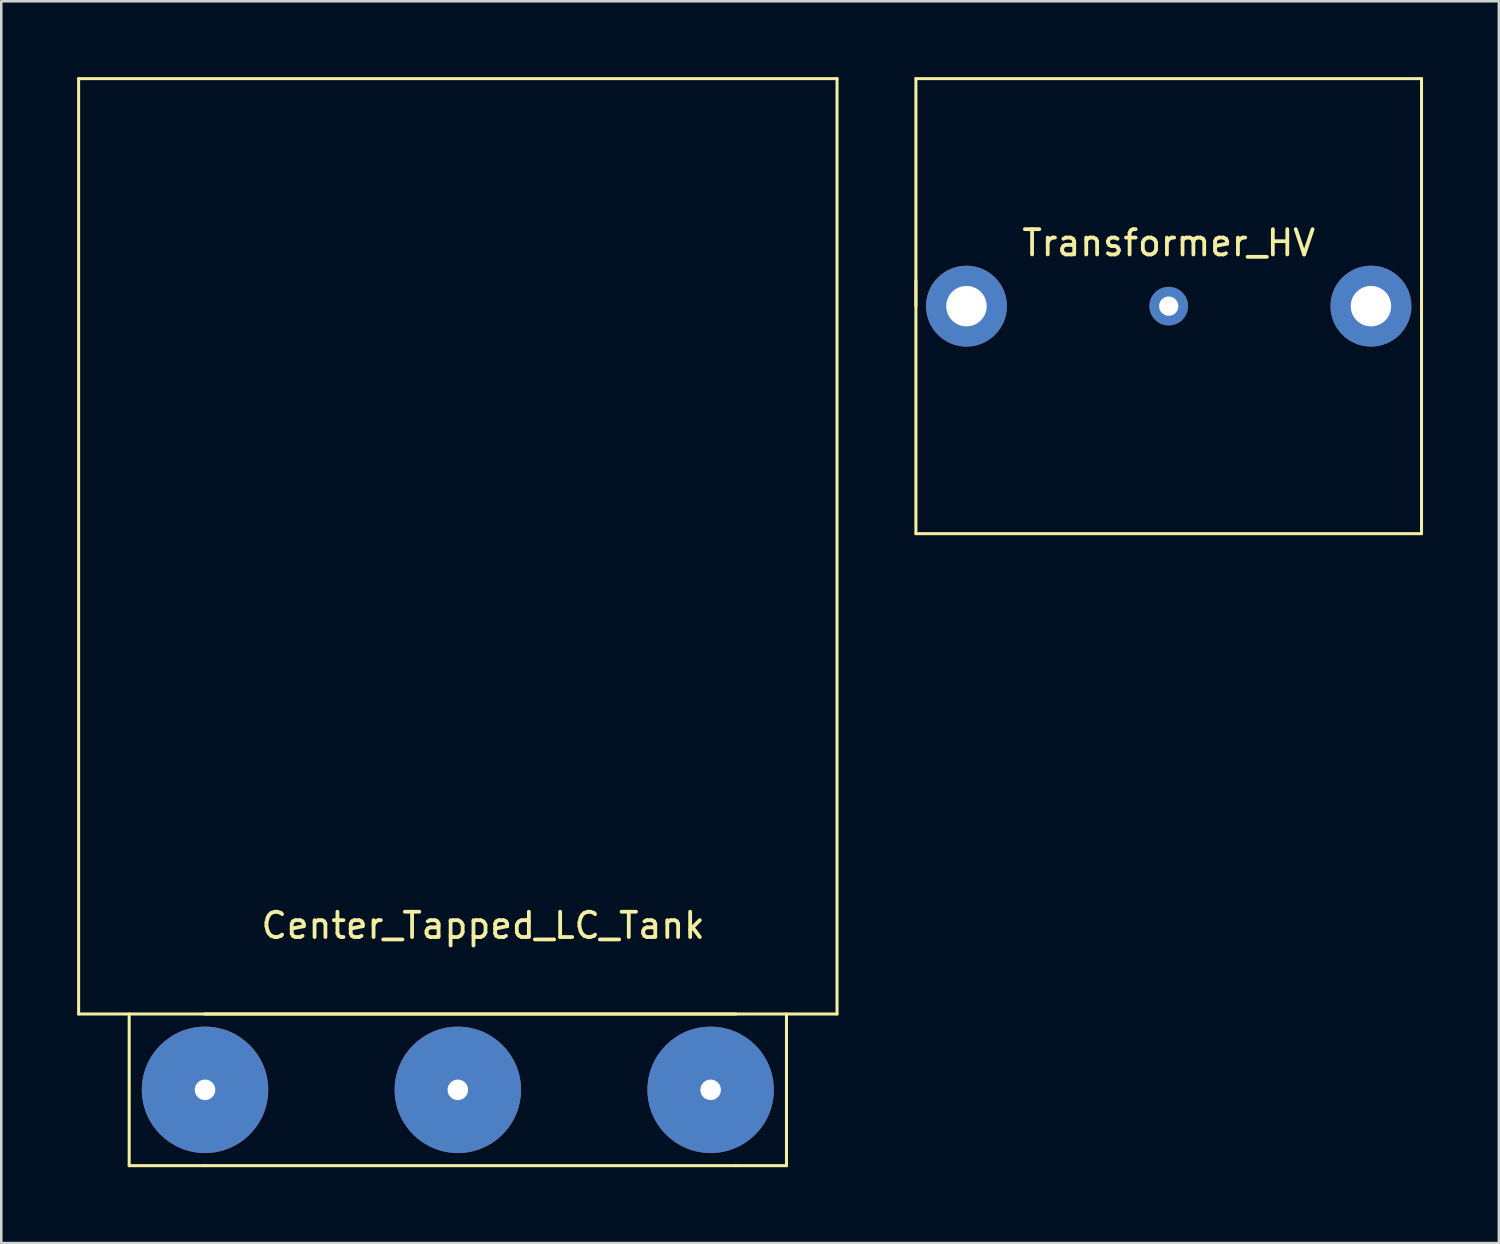
<source format=kicad_pcb>
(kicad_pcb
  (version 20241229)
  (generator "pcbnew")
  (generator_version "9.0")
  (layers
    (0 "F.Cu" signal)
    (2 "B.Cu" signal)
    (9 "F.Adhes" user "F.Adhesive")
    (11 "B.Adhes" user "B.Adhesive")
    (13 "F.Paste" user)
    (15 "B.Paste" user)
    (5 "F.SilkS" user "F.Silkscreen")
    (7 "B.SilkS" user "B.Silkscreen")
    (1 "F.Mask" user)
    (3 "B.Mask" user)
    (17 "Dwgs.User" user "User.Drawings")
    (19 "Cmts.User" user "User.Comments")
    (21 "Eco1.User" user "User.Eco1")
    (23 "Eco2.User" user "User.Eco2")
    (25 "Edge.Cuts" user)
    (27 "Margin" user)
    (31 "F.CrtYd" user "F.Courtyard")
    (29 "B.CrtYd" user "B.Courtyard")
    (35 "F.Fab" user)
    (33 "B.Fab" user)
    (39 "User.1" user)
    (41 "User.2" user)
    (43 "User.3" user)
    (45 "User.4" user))
  (footprint "Transformer_HV"
    (layer "F.Cu")
    (at 43.18 9.06)
    (property "Reference" "Transformer_HV" (at 0 -2.5 0) (layer "F.SilkS") (effects (font (size 1 1) (thickness 0.15))))
    (attr through_hole)
    (fp_line (start -10 -9) (end 10 -9) (stroke (width 0.12) (type solid)) (layer "F.SilkS"))
    (fp_line (start -10 0) (end -10 -9) (stroke (width 0.12) (type solid)) (layer "F.SilkS"))
    (fp_line (start -10 9) (end -10 -1) (stroke (width 0.12) (type solid)) (layer "F.SilkS"))
    (fp_line (start 10 -9) (end 10 9) (stroke (width 0.12) (type solid)) (layer "F.SilkS"))
    (fp_line (start 10 9) (end -10 9) (stroke (width 0.12) (type solid)) (layer "F.SilkS"))
    (pad "1" thru_hole circle (at -8 0) (size 3.2 3.2) (drill 1.6) (layers "*.Cu" "*.Mask"))
    (pad "2" thru_hole circle (at 8 0) (size 3.2 3.2) (drill 1.6) (layers "*.Cu" "*.Mask"))
    (pad "3" thru_hole circle (at 0 0) (size 1.524 1.524) (drill 0.762) (layers "*.Cu" "*.Mask")))
  (footprint "Center_Tapped_LC_Tank"
    (layer "F.Cu")
    (at 15.06 40.06)
    (property "Reference" "Center_Tapped_LC_Tank" (at 1 -6.5 0) (layer "F.SilkS") (effects (font (size 1 1) (thickness 0.15))))
    (attr through_hole)
    (fp_line (start -15 -40) (end -15 -3) (stroke (width 0.12) (type solid)) (layer "F.SilkS"))
    (fp_line (start -15 -3) (end 15 -3) (stroke (width 0.12) (type solid)) (layer "F.SilkS"))
    (fp_line (start -13 3) (end -13 -3) (stroke (width 0.12) (type solid)) (layer "F.SilkS"))
    (fp_line (start -10 -3) (end 11 -3) (stroke (width 0.12) (type solid)) (layer "F.SilkS"))
    (fp_line (start -10 3) (end -13 3) (stroke (width 0.12) (type solid)) (layer "F.SilkS"))
    (fp_line (start 11 3) (end -10 3) (stroke (width 0.12) (type solid)) (layer "F.SilkS"))
    (fp_line (start 11 3) (end 13 3) (stroke (width 0.12) (type solid)) (layer "F.SilkS"))
    (fp_line (start 13 3) (end 13 -3) (stroke (width 0.12) (type solid)) (layer "F.SilkS"))
    (fp_line (start 15 -40) (end -15 -40) (stroke (width 0.12) (type solid)) (layer "F.SilkS"))
    (fp_line (start 15 -3) (end 15 -40) (stroke (width 0.12) (type solid)) (layer "F.SilkS"))
    (pad "1" thru_hole circle (at -10 0) (size 5 5) (drill 0.813) (layers "*.Cu" "*.Mask"))
    (pad "2" thru_hole circle (at 10 0) (size 5 5) (drill 0.813) (layers "*.Cu" "*.Mask"))
    (pad "3" thru_hole circle (at 0 0) (size 5 5) (drill 0.813) (layers "*.Cu" "*.Mask")))
  (gr_rect
    (start -3 -3)
    (end 56.24 46.12)
    (stroke (width 0.1) (type default))
    (fill no)
    (layer "Edge.Cuts")))
</source>
